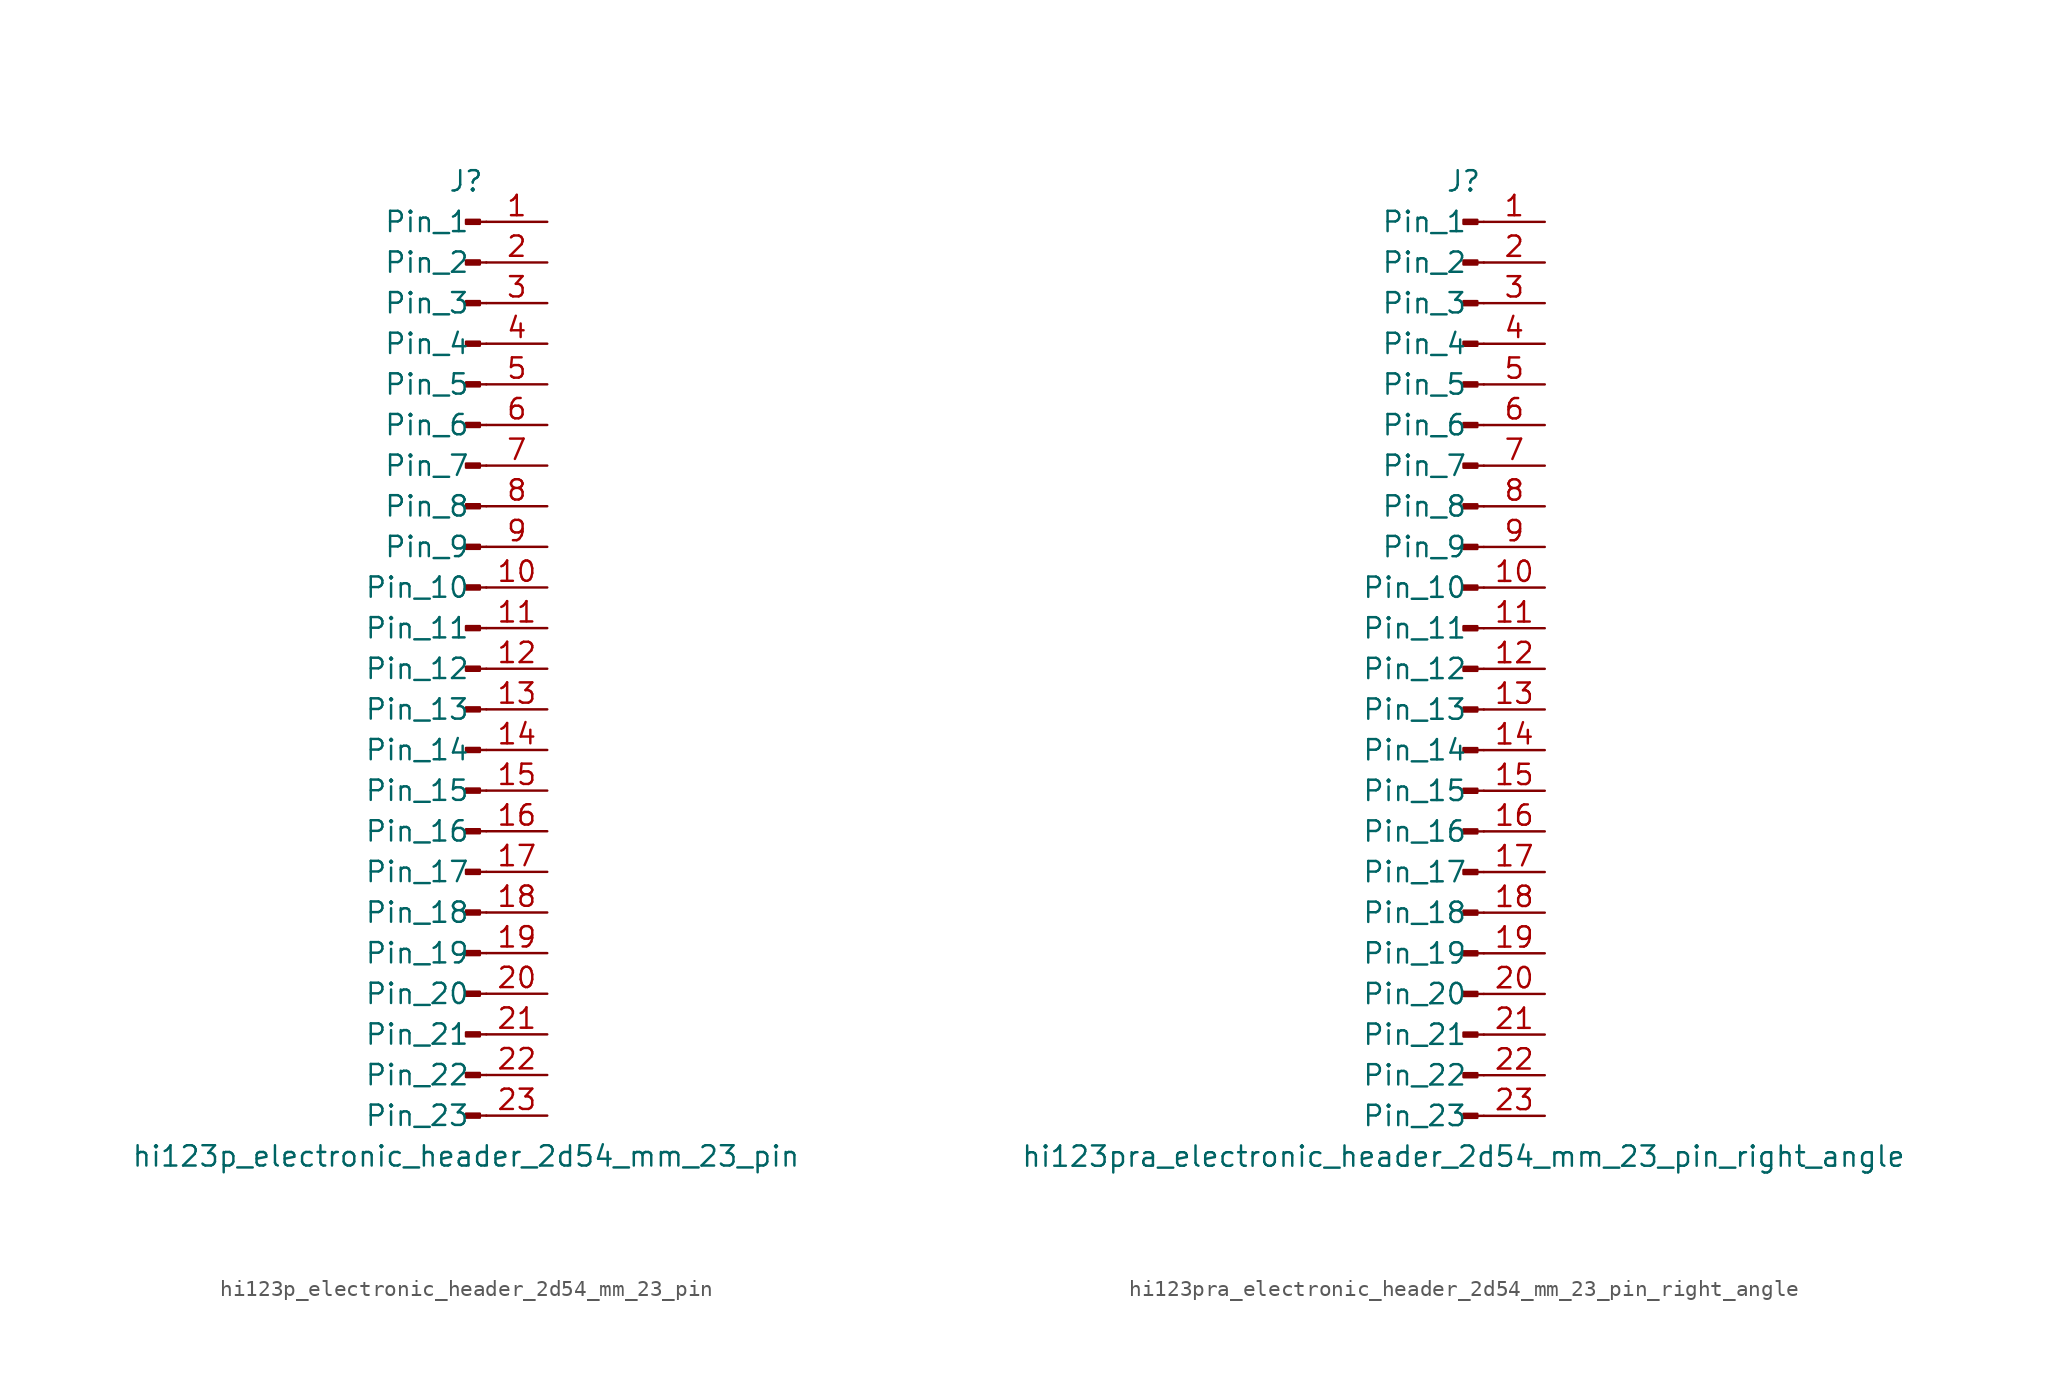
<source format=kicad_sym>
(kicad_symbol_lib
  (version 20220914)
  (generator kicad_symbol_editor)
  (symbol "hi123p_electronic_header_2d54_mm_23_pin"
    (pin_names
      (offset 1.016))
    (property "Reference" "J"
      (at 0 30.48 0)
      (effects (font (size 1.27 1.27))))
    (property "Value" "hi123p_electronic_header_2d54_mm_23_pin"
      (at 0 -30.48 0)
      (effects (font (size 1.27 1.27))))
    (property "ki_locked" ""
      (at 0 0 0)
      (effects (font (size 1.27 1.27))))
    (symbol "hi123p_electronic_header_2d54_mm_23_pin_1_1"
      (polyline (pts (xy 1.27 -27.94) (xy 0.864 -27.94)) (stroke (width 0.152) (type default)) (fill (type none)))
      (polyline (pts (xy 1.27 -25.4) (xy 0.864 -25.4)) (stroke (width 0.152) (type default)) (fill (type none)))
      (polyline (pts (xy 1.27 -22.86) (xy 0.864 -22.86)) (stroke (width 0.152) (type default)) (fill (type none)))
      (polyline (pts (xy 1.27 -20.32) (xy 0.864 -20.32)) (stroke (width 0.152) (type default)) (fill (type none)))
      (polyline (pts (xy 1.27 -17.78) (xy 0.864 -17.78)) (stroke (width 0.152) (type default)) (fill (type none)))
      (polyline (pts (xy 1.27 -15.24) (xy 0.864 -15.24)) (stroke (width 0.152) (type default)) (fill (type none)))
      (polyline (pts (xy 1.27 -12.7) (xy 0.864 -12.7)) (stroke (width 0.152) (type default)) (fill (type none)))
      (polyline (pts (xy 1.27 -10.16) (xy 0.864 -10.16)) (stroke (width 0.152) (type default)) (fill (type none)))
      (polyline (pts (xy 1.27 -7.62) (xy 0.864 -7.62)) (stroke (width 0.152) (type default)) (fill (type none)))
      (polyline (pts (xy 1.27 -5.08) (xy 0.864 -5.08)) (stroke (width 0.152) (type default)) (fill (type none)))
      (polyline (pts (xy 1.27 -2.54) (xy 0.864 -2.54)) (stroke (width 0.152) (type default)) (fill (type none)))
      (polyline (pts (xy 1.27 0) (xy 0.864 0)) (stroke (width 0.152) (type default)) (fill (type none)))
      (polyline (pts (xy 1.27 2.54) (xy 0.864 2.54)) (stroke (width 0.152) (type default)) (fill (type none)))
      (polyline (pts (xy 1.27 5.08) (xy 0.864 5.08)) (stroke (width 0.152) (type default)) (fill (type none)))
      (polyline (pts (xy 1.27 7.62) (xy 0.864 7.62)) (stroke (width 0.152) (type default)) (fill (type none)))
      (polyline (pts (xy 1.27 10.16) (xy 0.864 10.16)) (stroke (width 0.152) (type default)) (fill (type none)))
      (polyline (pts (xy 1.27 12.7) (xy 0.864 12.7)) (stroke (width 0.152) (type default)) (fill (type none)))
      (polyline (pts (xy 1.27 15.24) (xy 0.864 15.24)) (stroke (width 0.152) (type default)) (fill (type none)))
      (polyline (pts (xy 1.27 17.78) (xy 0.864 17.78)) (stroke (width 0.152) (type default)) (fill (type none)))
      (polyline (pts (xy 1.27 20.32) (xy 0.864 20.32)) (stroke (width 0.152) (type default)) (fill (type none)))
      (polyline (pts (xy 1.27 22.86) (xy 0.864 22.86)) (stroke (width 0.152) (type default)) (fill (type none)))
      (polyline (pts (xy 1.27 25.4) (xy 0.864 25.4)) (stroke (width 0.152) (type default)) (fill (type none)))
      (polyline (pts (xy 1.27 27.94) (xy 0.864 27.94)) (stroke (width 0.152) (type default)) (fill (type none)))
      (rectangle (start 0.864 -27.813) (end 0 -28.067) (stroke (width 0.152) (type default)) (fill (type outline)))
      (rectangle (start 0.864 -25.273) (end 0 -25.527) (stroke (width 0.152) (type default)) (fill (type outline)))
      (rectangle (start 0.864 -22.733) (end 0 -22.987) (stroke (width 0.152) (type default)) (fill (type outline)))
      (rectangle (start 0.864 -20.193) (end 0 -20.447) (stroke (width 0.152) (type default)) (fill (type outline)))
      (rectangle (start 0.864 -17.653) (end 0 -17.907) (stroke (width 0.152) (type default)) (fill (type outline)))
      (rectangle (start 0.864 -15.113) (end 0 -15.367) (stroke (width 0.152) (type default)) (fill (type outline)))
      (rectangle (start 0.864 -12.573) (end 0 -12.827) (stroke (width 0.152) (type default)) (fill (type outline)))
      (rectangle (start 0.864 -10.033) (end 0 -10.287) (stroke (width 0.152) (type default)) (fill (type outline)))
      (rectangle (start 0.864 -7.493) (end 0 -7.747) (stroke (width 0.152) (type default)) (fill (type outline)))
      (rectangle (start 0.864 -4.953) (end 0 -5.207) (stroke (width 0.152) (type default)) (fill (type outline)))
      (rectangle (start 0.864 -2.413) (end 0 -2.667) (stroke (width 0.152) (type default)) (fill (type outline)))
      (rectangle (start 0.864 0.127) (end 0 -0.127) (stroke (width 0.152) (type default)) (fill (type outline)))
      (rectangle (start 0.864 2.667) (end 0 2.413) (stroke (width 0.152) (type default)) (fill (type outline)))
      (rectangle (start 0.864 5.207) (end 0 4.953) (stroke (width 0.152) (type default)) (fill (type outline)))
      (rectangle (start 0.864 7.747) (end 0 7.493) (stroke (width 0.152) (type default)) (fill (type outline)))
      (rectangle (start 0.864 10.287) (end 0 10.033) (stroke (width 0.152) (type default)) (fill (type outline)))
      (rectangle (start 0.864 12.827) (end 0 12.573) (stroke (width 0.152) (type default)) (fill (type outline)))
      (rectangle (start 0.864 15.367) (end 0 15.113) (stroke (width 0.152) (type default)) (fill (type outline)))
      (rectangle (start 0.864 17.907) (end 0 17.653) (stroke (width 0.152) (type default)) (fill (type outline)))
      (rectangle (start 0.864 20.447) (end 0 20.193) (stroke (width 0.152) (type default)) (fill (type outline)))
      (rectangle (start 0.864 22.987) (end 0 22.733) (stroke (width 0.152) (type default)) (fill (type outline)))
      (rectangle (start 0.864 25.527) (end 0 25.273) (stroke (width 0.152) (type default)) (fill (type outline)))
      (rectangle (start 0.864 28.067) (end 0 27.813) (stroke (width 0.152) (type default)) (fill (type outline)))
      (pin passive line (at 5.08 27.94 180) (length 3.81) (name "Pin_1" (effects (font (size 1.27 1.27)))) (number "1" (effects (font (size 1.27 1.27)))))
      (pin passive line (at 5.08 5.08 180) (length 3.81) (name "Pin_10" (effects (font (size 1.27 1.27)))) (number "10" (effects (font (size 1.27 1.27)))))
      (pin passive line (at 5.08 2.54 180) (length 3.81) (name "Pin_11" (effects (font (size 1.27 1.27)))) (number "11" (effects (font (size 1.27 1.27)))))
      (pin passive line (at 5.08 0 180) (length 3.81) (name "Pin_12" (effects (font (size 1.27 1.27)))) (number "12" (effects (font (size 1.27 1.27)))))
      (pin passive line (at 5.08 -2.54 180) (length 3.81) (name "Pin_13" (effects (font (size 1.27 1.27)))) (number "13" (effects (font (size 1.27 1.27)))))
      (pin passive line (at 5.08 -5.08 180) (length 3.81) (name "Pin_14" (effects (font (size 1.27 1.27)))) (number "14" (effects (font (size 1.27 1.27)))))
      (pin passive line (at 5.08 -7.62 180) (length 3.81) (name "Pin_15" (effects (font (size 1.27 1.27)))) (number "15" (effects (font (size 1.27 1.27)))))
      (pin passive line (at 5.08 -10.16 180) (length 3.81) (name "Pin_16" (effects (font (size 1.27 1.27)))) (number "16" (effects (font (size 1.27 1.27)))))
      (pin passive line (at 5.08 -12.7 180) (length 3.81) (name "Pin_17" (effects (font (size 1.27 1.27)))) (number "17" (effects (font (size 1.27 1.27)))))
      (pin passive line (at 5.08 -15.24 180) (length 3.81) (name "Pin_18" (effects (font (size 1.27 1.27)))) (number "18" (effects (font (size 1.27 1.27)))))
      (pin passive line (at 5.08 -17.78 180) (length 3.81) (name "Pin_19" (effects (font (size 1.27 1.27)))) (number "19" (effects (font (size 1.27 1.27)))))
      (pin passive line (at 5.08 25.4 180) (length 3.81) (name "Pin_2" (effects (font (size 1.27 1.27)))) (number "2" (effects (font (size 1.27 1.27)))))
      (pin passive line (at 5.08 -20.32 180) (length 3.81) (name "Pin_20" (effects (font (size 1.27 1.27)))) (number "20" (effects (font (size 1.27 1.27)))))
      (pin passive line (at 5.08 -22.86 180) (length 3.81) (name "Pin_21" (effects (font (size 1.27 1.27)))) (number "21" (effects (font (size 1.27 1.27)))))
      (pin passive line (at 5.08 -25.4 180) (length 3.81) (name "Pin_22" (effects (font (size 1.27 1.27)))) (number "22" (effects (font (size 1.27 1.27)))))
      (pin passive line (at 5.08 -27.94 180) (length 3.81) (name "Pin_23" (effects (font (size 1.27 1.27)))) (number "23" (effects (font (size 1.27 1.27)))))
      (pin passive line (at 5.08 22.86 180) (length 3.81) (name "Pin_3" (effects (font (size 1.27 1.27)))) (number "3" (effects (font (size 1.27 1.27)))))
      (pin passive line (at 5.08 20.32 180) (length 3.81) (name "Pin_4" (effects (font (size 1.27 1.27)))) (number "4" (effects (font (size 1.27 1.27)))))
      (pin passive line (at 5.08 17.78 180) (length 3.81) (name "Pin_5" (effects (font (size 1.27 1.27)))) (number "5" (effects (font (size 1.27 1.27)))))
      (pin passive line (at 5.08 15.24 180) (length 3.81) (name "Pin_6" (effects (font (size 1.27 1.27)))) (number "6" (effects (font (size 1.27 1.27)))))
      (pin passive line (at 5.08 12.7 180) (length 3.81) (name "Pin_7" (effects (font (size 1.27 1.27)))) (number "7" (effects (font (size 1.27 1.27)))))
      (pin passive line (at 5.08 10.16 180) (length 3.81) (name "Pin_8" (effects (font (size 1.27 1.27)))) (number "8" (effects (font (size 1.27 1.27)))))
      (pin passive line (at 5.08 7.62 180) (length 3.81) (name "Pin_9" (effects (font (size 1.27 1.27)))) (number "9" (effects (font (size 1.27 1.27)))))))
  (symbol "hi123pra_electronic_header_2d54_mm_23_pin_right_angle"
    (pin_names
      (offset 1.016))
    (property "Reference" "J"
      (at 0 30.48 0)
      (effects (font (size 1.27 1.27))))
    (property "Value" "hi123pra_electronic_header_2d54_mm_23_pin_right_angle"
      (at 0 -30.48 0)
      (effects (font (size 1.27 1.27))))
    (property "ki_locked" ""
      (at 0 0 0)
      (effects (font (size 1.27 1.27))))
    (symbol "hi123pra_electronic_header_2d54_mm_23_pin_right_angle_1_1"
      (polyline (pts (xy 1.27 -27.94) (xy 0.864 -27.94)) (stroke (width 0.152) (type default)) (fill (type none)))
      (polyline (pts (xy 1.27 -25.4) (xy 0.864 -25.4)) (stroke (width 0.152) (type default)) (fill (type none)))
      (polyline (pts (xy 1.27 -22.86) (xy 0.864 -22.86)) (stroke (width 0.152) (type default)) (fill (type none)))
      (polyline (pts (xy 1.27 -20.32) (xy 0.864 -20.32)) (stroke (width 0.152) (type default)) (fill (type none)))
      (polyline (pts (xy 1.27 -17.78) (xy 0.864 -17.78)) (stroke (width 0.152) (type default)) (fill (type none)))
      (polyline (pts (xy 1.27 -15.24) (xy 0.864 -15.24)) (stroke (width 0.152) (type default)) (fill (type none)))
      (polyline (pts (xy 1.27 -12.7) (xy 0.864 -12.7)) (stroke (width 0.152) (type default)) (fill (type none)))
      (polyline (pts (xy 1.27 -10.16) (xy 0.864 -10.16)) (stroke (width 0.152) (type default)) (fill (type none)))
      (polyline (pts (xy 1.27 -7.62) (xy 0.864 -7.62)) (stroke (width 0.152) (type default)) (fill (type none)))
      (polyline (pts (xy 1.27 -5.08) (xy 0.864 -5.08)) (stroke (width 0.152) (type default)) (fill (type none)))
      (polyline (pts (xy 1.27 -2.54) (xy 0.864 -2.54)) (stroke (width 0.152) (type default)) (fill (type none)))
      (polyline (pts (xy 1.27 0) (xy 0.864 0)) (stroke (width 0.152) (type default)) (fill (type none)))
      (polyline (pts (xy 1.27 2.54) (xy 0.864 2.54)) (stroke (width 0.152) (type default)) (fill (type none)))
      (polyline (pts (xy 1.27 5.08) (xy 0.864 5.08)) (stroke (width 0.152) (type default)) (fill (type none)))
      (polyline (pts (xy 1.27 7.62) (xy 0.864 7.62)) (stroke (width 0.152) (type default)) (fill (type none)))
      (polyline (pts (xy 1.27 10.16) (xy 0.864 10.16)) (stroke (width 0.152) (type default)) (fill (type none)))
      (polyline (pts (xy 1.27 12.7) (xy 0.864 12.7)) (stroke (width 0.152) (type default)) (fill (type none)))
      (polyline (pts (xy 1.27 15.24) (xy 0.864 15.24)) (stroke (width 0.152) (type default)) (fill (type none)))
      (polyline (pts (xy 1.27 17.78) (xy 0.864 17.78)) (stroke (width 0.152) (type default)) (fill (type none)))
      (polyline (pts (xy 1.27 20.32) (xy 0.864 20.32)) (stroke (width 0.152) (type default)) (fill (type none)))
      (polyline (pts (xy 1.27 22.86) (xy 0.864 22.86)) (stroke (width 0.152) (type default)) (fill (type none)))
      (polyline (pts (xy 1.27 25.4) (xy 0.864 25.4)) (stroke (width 0.152) (type default)) (fill (type none)))
      (polyline (pts (xy 1.27 27.94) (xy 0.864 27.94)) (stroke (width 0.152) (type default)) (fill (type none)))
      (rectangle (start 0.864 -27.813) (end 0 -28.067) (stroke (width 0.152) (type default)) (fill (type outline)))
      (rectangle (start 0.864 -25.273) (end 0 -25.527) (stroke (width 0.152) (type default)) (fill (type outline)))
      (rectangle (start 0.864 -22.733) (end 0 -22.987) (stroke (width 0.152) (type default)) (fill (type outline)))
      (rectangle (start 0.864 -20.193) (end 0 -20.447) (stroke (width 0.152) (type default)) (fill (type outline)))
      (rectangle (start 0.864 -17.653) (end 0 -17.907) (stroke (width 0.152) (type default)) (fill (type outline)))
      (rectangle (start 0.864 -15.113) (end 0 -15.367) (stroke (width 0.152) (type default)) (fill (type outline)))
      (rectangle (start 0.864 -12.573) (end 0 -12.827) (stroke (width 0.152) (type default)) (fill (type outline)))
      (rectangle (start 0.864 -10.033) (end 0 -10.287) (stroke (width 0.152) (type default)) (fill (type outline)))
      (rectangle (start 0.864 -7.493) (end 0 -7.747) (stroke (width 0.152) (type default)) (fill (type outline)))
      (rectangle (start 0.864 -4.953) (end 0 -5.207) (stroke (width 0.152) (type default)) (fill (type outline)))
      (rectangle (start 0.864 -2.413) (end 0 -2.667) (stroke (width 0.152) (type default)) (fill (type outline)))
      (rectangle (start 0.864 0.127) (end 0 -0.127) (stroke (width 0.152) (type default)) (fill (type outline)))
      (rectangle (start 0.864 2.667) (end 0 2.413) (stroke (width 0.152) (type default)) (fill (type outline)))
      (rectangle (start 0.864 5.207) (end 0 4.953) (stroke (width 0.152) (type default)) (fill (type outline)))
      (rectangle (start 0.864 7.747) (end 0 7.493) (stroke (width 0.152) (type default)) (fill (type outline)))
      (rectangle (start 0.864 10.287) (end 0 10.033) (stroke (width 0.152) (type default)) (fill (type outline)))
      (rectangle (start 0.864 12.827) (end 0 12.573) (stroke (width 0.152) (type default)) (fill (type outline)))
      (rectangle (start 0.864 15.367) (end 0 15.113) (stroke (width 0.152) (type default)) (fill (type outline)))
      (rectangle (start 0.864 17.907) (end 0 17.653) (stroke (width 0.152) (type default)) (fill (type outline)))
      (rectangle (start 0.864 20.447) (end 0 20.193) (stroke (width 0.152) (type default)) (fill (type outline)))
      (rectangle (start 0.864 22.987) (end 0 22.733) (stroke (width 0.152) (type default)) (fill (type outline)))
      (rectangle (start 0.864 25.527) (end 0 25.273) (stroke (width 0.152) (type default)) (fill (type outline)))
      (rectangle (start 0.864 28.067) (end 0 27.813) (stroke (width 0.152) (type default)) (fill (type outline)))
      (pin passive line (at 5.08 27.94 180) (length 3.81) (name "Pin_1" (effects (font (size 1.27 1.27)))) (number "1" (effects (font (size 1.27 1.27)))))
      (pin passive line (at 5.08 5.08 180) (length 3.81) (name "Pin_10" (effects (font (size 1.27 1.27)))) (number "10" (effects (font (size 1.27 1.27)))))
      (pin passive line (at 5.08 2.54 180) (length 3.81) (name "Pin_11" (effects (font (size 1.27 1.27)))) (number "11" (effects (font (size 1.27 1.27)))))
      (pin passive line (at 5.08 0 180) (length 3.81) (name "Pin_12" (effects (font (size 1.27 1.27)))) (number "12" (effects (font (size 1.27 1.27)))))
      (pin passive line (at 5.08 -2.54 180) (length 3.81) (name "Pin_13" (effects (font (size 1.27 1.27)))) (number "13" (effects (font (size 1.27 1.27)))))
      (pin passive line (at 5.08 -5.08 180) (length 3.81) (name "Pin_14" (effects (font (size 1.27 1.27)))) (number "14" (effects (font (size 1.27 1.27)))))
      (pin passive line (at 5.08 -7.62 180) (length 3.81) (name "Pin_15" (effects (font (size 1.27 1.27)))) (number "15" (effects (font (size 1.27 1.27)))))
      (pin passive line (at 5.08 -10.16 180) (length 3.81) (name "Pin_16" (effects (font (size 1.27 1.27)))) (number "16" (effects (font (size 1.27 1.27)))))
      (pin passive line (at 5.08 -12.7 180) (length 3.81) (name "Pin_17" (effects (font (size 1.27 1.27)))) (number "17" (effects (font (size 1.27 1.27)))))
      (pin passive line (at 5.08 -15.24 180) (length 3.81) (name "Pin_18" (effects (font (size 1.27 1.27)))) (number "18" (effects (font (size 1.27 1.27)))))
      (pin passive line (at 5.08 -17.78 180) (length 3.81) (name "Pin_19" (effects (font (size 1.27 1.27)))) (number "19" (effects (font (size 1.27 1.27)))))
      (pin passive line (at 5.08 25.4 180) (length 3.81) (name "Pin_2" (effects (font (size 1.27 1.27)))) (number "2" (effects (font (size 1.27 1.27)))))
      (pin passive line (at 5.08 -20.32 180) (length 3.81) (name "Pin_20" (effects (font (size 1.27 1.27)))) (number "20" (effects (font (size 1.27 1.27)))))
      (pin passive line (at 5.08 -22.86 180) (length 3.81) (name "Pin_21" (effects (font (size 1.27 1.27)))) (number "21" (effects (font (size 1.27 1.27)))))
      (pin passive line (at 5.08 -25.4 180) (length 3.81) (name "Pin_22" (effects (font (size 1.27 1.27)))) (number "22" (effects (font (size 1.27 1.27)))))
      (pin passive line (at 5.08 -27.94 180) (length 3.81) (name "Pin_23" (effects (font (size 1.27 1.27)))) (number "23" (effects (font (size 1.27 1.27)))))
      (pin passive line (at 5.08 22.86 180) (length 3.81) (name "Pin_3" (effects (font (size 1.27 1.27)))) (number "3" (effects (font (size 1.27 1.27)))))
      (pin passive line (at 5.08 20.32 180) (length 3.81) (name "Pin_4" (effects (font (size 1.27 1.27)))) (number "4" (effects (font (size 1.27 1.27)))))
      (pin passive line (at 5.08 17.78 180) (length 3.81) (name "Pin_5" (effects (font (size 1.27 1.27)))) (number "5" (effects (font (size 1.27 1.27)))))
      (pin passive line (at 5.08 15.24 180) (length 3.81) (name "Pin_6" (effects (font (size 1.27 1.27)))) (number "6" (effects (font (size 1.27 1.27)))))
      (pin passive line (at 5.08 12.7 180) (length 3.81) (name "Pin_7" (effects (font (size 1.27 1.27)))) (number "7" (effects (font (size 1.27 1.27)))))
      (pin passive line (at 5.08 10.16 180) (length 3.81) (name "Pin_8" (effects (font (size 1.27 1.27)))) (number "8" (effects (font (size 1.27 1.27)))))
      (pin passive line (at 5.08 7.62 180) (length 3.81) (name "Pin_9" (effects (font (size 1.27 1.27)))) (number "9" (effects (font (size 1.27 1.27))))))))
</source>
